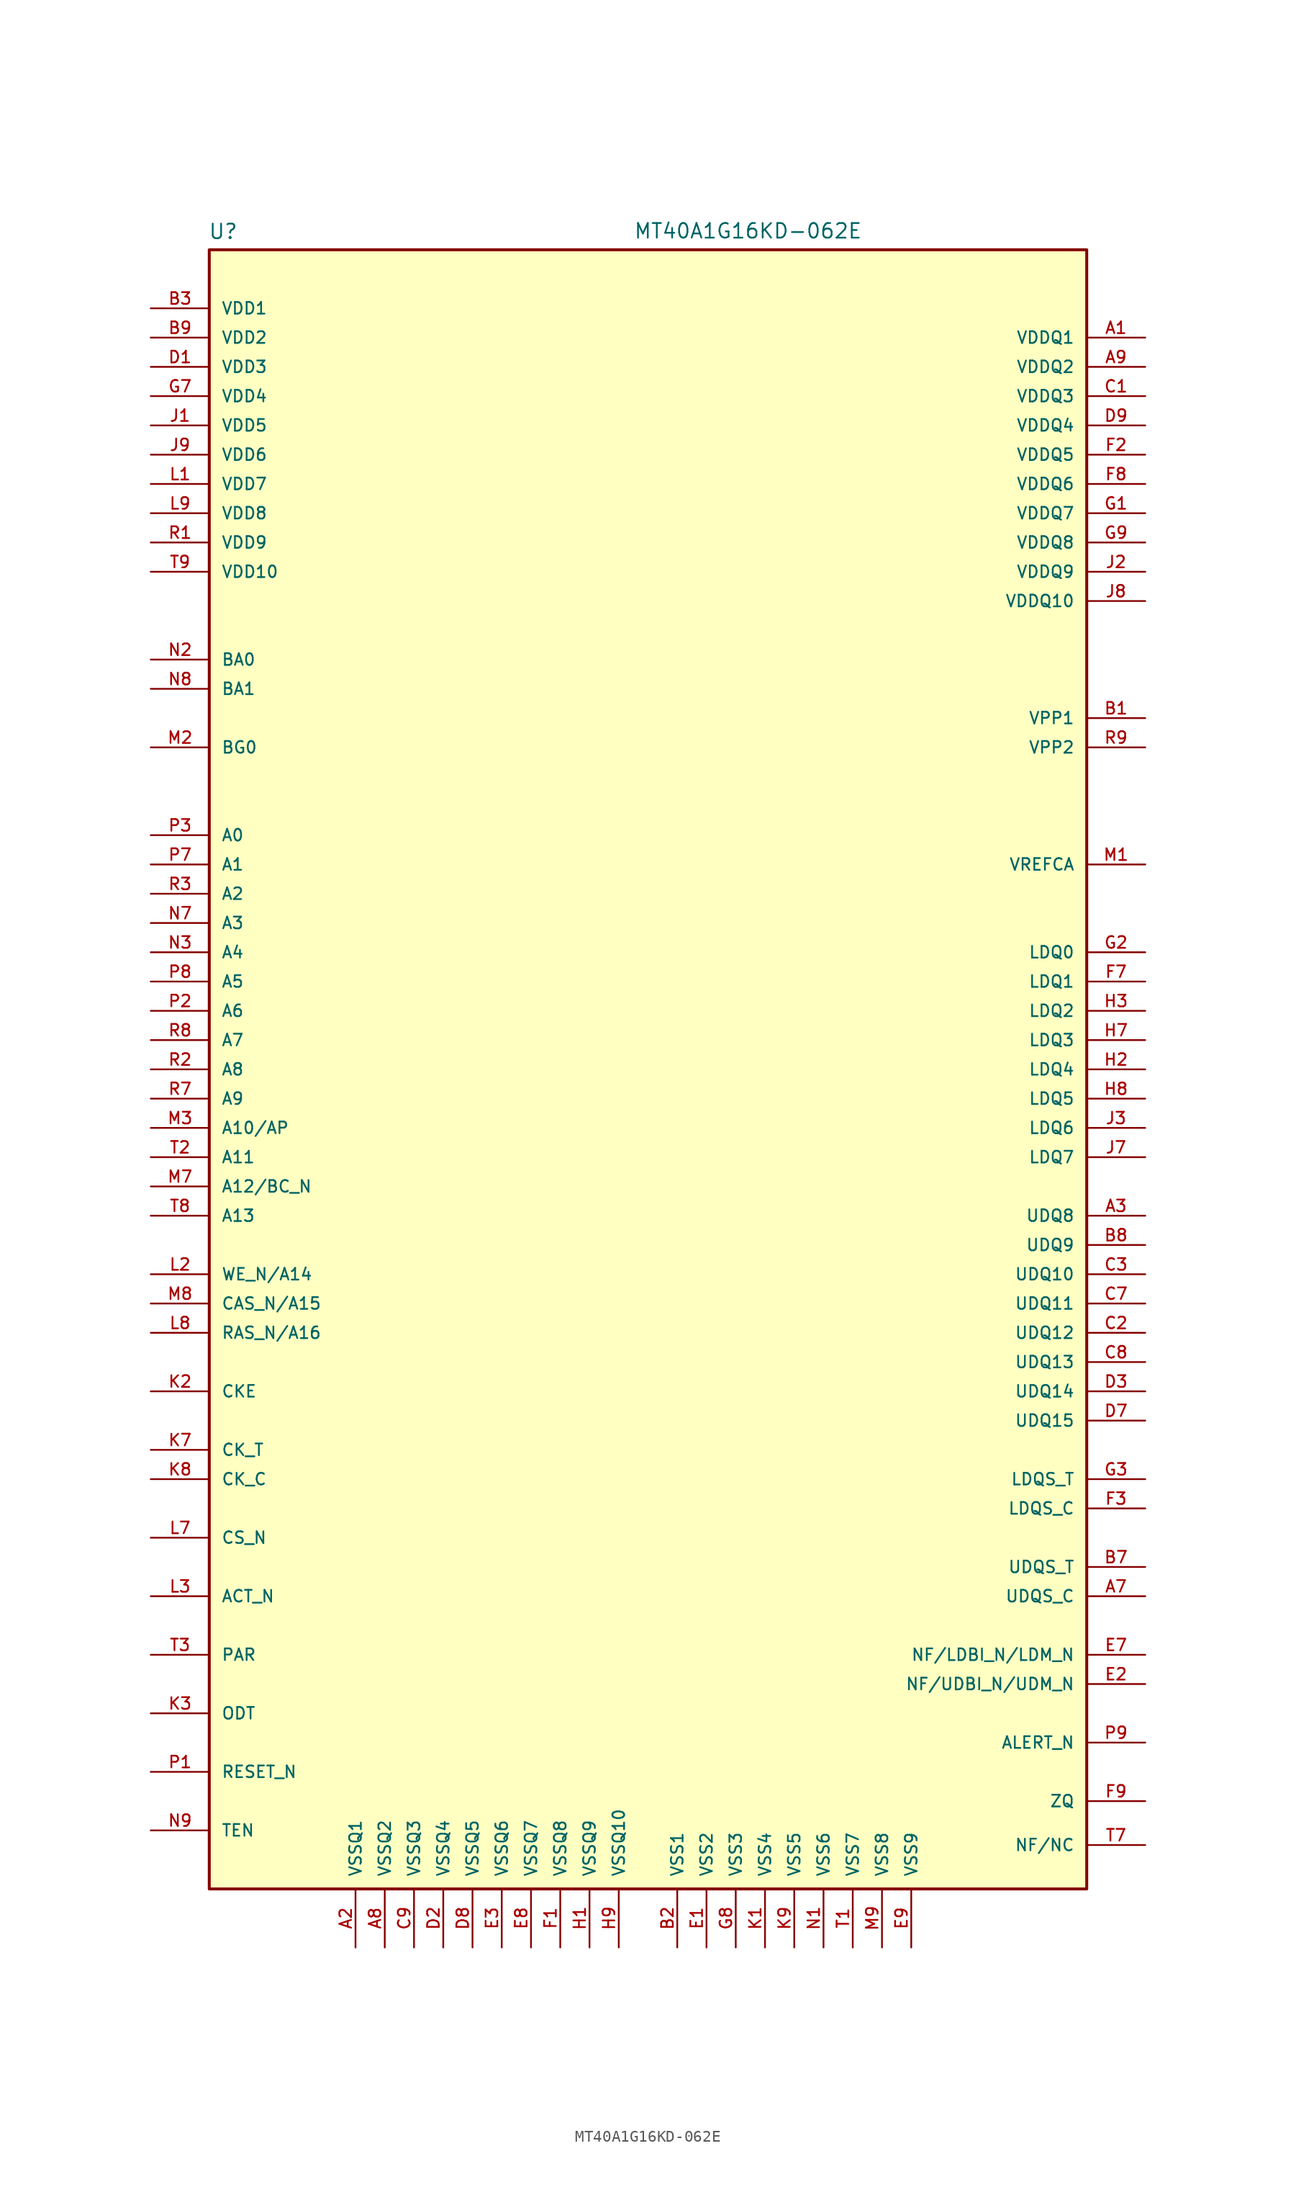
<source format=kicad_sym>
(kicad_symbol_lib
  (version 20211014)
  (generator kicad_symbol_editor)
  (symbol "MT40A1G16KD-062E"
    (pin_names
      (offset 1.016))
    (property "Reference" "U"
      (at -38.202 71.958 0)
      (effects (font (size 1.27 1.27)) (justify left bottom)))
    (property "Value" "MT40A1G16KD-062E"
      (at -1.27 72.009 0)
      (effects (font (size 1.27 1.27)) (justify left bottom)))
    (symbol "MT40A1G16KD-062E_0_0"
      (rectangle (start -38.1 -71.12) (end 38.1 71.12) (stroke (width 0.254) (type default) (color 0 0 0 0)) (fill (type background)))
      (pin power_in line (at 43.18 63.5 180) (length 5.08) (name "VDDQ1" (effects (font (size 1.016 1.016)))) (number "A1" (effects (font (size 1.016 1.016)))))
      (pin power_in line (at -25.4 -76.2 90) (length 5.08) (name "VSSQ1" (effects (font (size 1.016 1.016)))) (number "A2" (effects (font (size 1.016 1.016)))))
      (pin bidirectional line (at 43.18 -12.7 180) (length 5.08) (name "UDQ8" (effects (font (size 1.016 1.016)))) (number "A3" (effects (font (size 1.016 1.016)))))
      (pin input line (at 43.18 -45.72 180) (length 5.08) (name "UDQS_C" (effects (font (size 1.016 1.016)))) (number "A7" (effects (font (size 1.016 1.016)))))
      (pin power_in line (at -22.86 -76.2 90) (length 5.08) (name "VSSQ2" (effects (font (size 1.016 1.016)))) (number "A8" (effects (font (size 1.016 1.016)))))
      (pin power_in line (at 43.18 60.96 180) (length 5.08) (name "VDDQ2" (effects (font (size 1.016 1.016)))) (number "A9" (effects (font (size 1.016 1.016)))))
      (pin power_in line (at 43.18 30.48 180) (length 5.08) (name "VPP1" (effects (font (size 1.016 1.016)))) (number "B1" (effects (font (size 1.016 1.016)))))
      (pin power_in line (at 2.54 -76.2 90) (length 5.08) (name "VSS1" (effects (font (size 1.016 1.016)))) (number "B2" (effects (font (size 1.016 1.016)))))
      (pin power_in line (at -43.18 66.04 0) (length 5.08) (name "VDD1" (effects (font (size 1.016 1.016)))) (number "B3" (effects (font (size 1.016 1.016)))))
      (pin input line (at 43.18 -43.18 180) (length 5.08) (name "UDQS_T" (effects (font (size 1.016 1.016)))) (number "B7" (effects (font (size 1.016 1.016)))))
      (pin bidirectional line (at 43.18 -15.24 180) (length 5.08) (name "UDQ9" (effects (font (size 1.016 1.016)))) (number "B8" (effects (font (size 1.016 1.016)))))
      (pin power_in line (at -43.18 63.5 0) (length 5.08) (name "VDD2" (effects (font (size 1.016 1.016)))) (number "B9" (effects (font (size 1.016 1.016)))))
      (pin power_in line (at 43.18 58.42 180) (length 5.08) (name "VDDQ3" (effects (font (size 1.016 1.016)))) (number "C1" (effects (font (size 1.016 1.016)))))
      (pin bidirectional line (at 43.18 -22.86 180) (length 5.08) (name "UDQ12" (effects (font (size 1.016 1.016)))) (number "C2" (effects (font (size 1.016 1.016)))))
      (pin bidirectional line (at 43.18 -17.78 180) (length 5.08) (name "UDQ10" (effects (font (size 1.016 1.016)))) (number "C3" (effects (font (size 1.016 1.016)))))
      (pin bidirectional line (at 43.18 -20.32 180) (length 5.08) (name "UDQ11" (effects (font (size 1.016 1.016)))) (number "C7" (effects (font (size 1.016 1.016)))))
      (pin bidirectional line (at 43.18 -25.4 180) (length 5.08) (name "UDQ13" (effects (font (size 1.016 1.016)))) (number "C8" (effects (font (size 1.016 1.016)))))
      (pin power_in line (at -20.32 -76.2 90) (length 5.08) (name "VSSQ3" (effects (font (size 1.016 1.016)))) (number "C9" (effects (font (size 1.016 1.016)))))
      (pin power_in line (at -43.18 60.96 0) (length 5.08) (name "VDD3" (effects (font (size 1.016 1.016)))) (number "D1" (effects (font (size 1.016 1.016)))))
      (pin power_in line (at -17.78 -76.2 90) (length 5.08) (name "VSSQ4" (effects (font (size 1.016 1.016)))) (number "D2" (effects (font (size 1.016 1.016)))))
      (pin bidirectional line (at 43.18 -27.94 180) (length 5.08) (name "UDQ14" (effects (font (size 1.016 1.016)))) (number "D3" (effects (font (size 1.016 1.016)))))
      (pin bidirectional line (at 43.18 -30.48 180) (length 5.08) (name "UDQ15" (effects (font (size 1.016 1.016)))) (number "D7" (effects (font (size 1.016 1.016)))))
      (pin power_in line (at -15.24 -76.2 90) (length 5.08) (name "VSSQ5" (effects (font (size 1.016 1.016)))) (number "D8" (effects (font (size 1.016 1.016)))))
      (pin power_in line (at 43.18 55.88 180) (length 5.08) (name "VDDQ4" (effects (font (size 1.016 1.016)))) (number "D9" (effects (font (size 1.016 1.016)))))
      (pin power_in line (at 5.08 -76.2 90) (length 5.08) (name "VSS2" (effects (font (size 1.016 1.016)))) (number "E1" (effects (font (size 1.016 1.016)))))
      (pin input line (at 43.18 -53.34 180) (length 5.08) (name "NF/UDBI_N/UDM_N" (effects (font (size 1.016 1.016)))) (number "E2" (effects (font (size 1.016 1.016)))))
      (pin power_in line (at -12.7 -76.2 90) (length 5.08) (name "VSSQ6" (effects (font (size 1.016 1.016)))) (number "E3" (effects (font (size 1.016 1.016)))))
      (pin input line (at 43.18 -50.8 180) (length 5.08) (name "NF/LDBI_N/LDM_N" (effects (font (size 1.016 1.016)))) (number "E7" (effects (font (size 1.016 1.016)))))
      (pin power_in line (at -10.16 -76.2 90) (length 5.08) (name "VSSQ7" (effects (font (size 1.016 1.016)))) (number "E8" (effects (font (size 1.016 1.016)))))
      (pin power_in line (at 22.86 -76.2 90) (length 5.08) (name "VSS9" (effects (font (size 1.016 1.016)))) (number "E9" (effects (font (size 1.016 1.016)))))
      (pin power_in line (at -7.62 -76.2 90) (length 5.08) (name "VSSQ8" (effects (font (size 1.016 1.016)))) (number "F1" (effects (font (size 1.016 1.016)))))
      (pin power_in line (at 43.18 53.34 180) (length 5.08) (name "VDDQ5" (effects (font (size 1.016 1.016)))) (number "F2" (effects (font (size 1.016 1.016)))))
      (pin input line (at 43.18 -38.1 180) (length 5.08) (name "LDQS_C" (effects (font (size 1.016 1.016)))) (number "F3" (effects (font (size 1.016 1.016)))))
      (pin bidirectional line (at 43.18 7.62 180) (length 5.08) (name "LDQ1" (effects (font (size 1.016 1.016)))) (number "F7" (effects (font (size 1.016 1.016)))))
      (pin power_in line (at 43.18 50.8 180) (length 5.08) (name "VDDQ6" (effects (font (size 1.016 1.016)))) (number "F8" (effects (font (size 1.016 1.016)))))
      (pin passive line (at 43.18 -63.5 180) (length 5.08) (name "ZQ" (effects (font (size 1.016 1.016)))) (number "F9" (effects (font (size 1.016 1.016)))))
      (pin power_in line (at 43.18 48.26 180) (length 5.08) (name "VDDQ7" (effects (font (size 1.016 1.016)))) (number "G1" (effects (font (size 1.016 1.016)))))
      (pin bidirectional line (at 43.18 10.16 180) (length 5.08) (name "LDQ0" (effects (font (size 1.016 1.016)))) (number "G2" (effects (font (size 1.016 1.016)))))
      (pin input line (at 43.18 -35.56 180) (length 5.08) (name "LDQS_T" (effects (font (size 1.016 1.016)))) (number "G3" (effects (font (size 1.016 1.016)))))
      (pin power_in line (at -43.18 58.42 0) (length 5.08) (name "VDD4" (effects (font (size 1.016 1.016)))) (number "G7" (effects (font (size 1.016 1.016)))))
      (pin power_in line (at 7.62 -76.2 90) (length 5.08) (name "VSS3" (effects (font (size 1.016 1.016)))) (number "G8" (effects (font (size 1.016 1.016)))))
      (pin power_in line (at 43.18 45.72 180) (length 5.08) (name "VDDQ8" (effects (font (size 1.016 1.016)))) (number "G9" (effects (font (size 1.016 1.016)))))
      (pin power_in line (at -5.08 -76.2 90) (length 5.08) (name "VSSQ9" (effects (font (size 1.016 1.016)))) (number "H1" (effects (font (size 1.016 1.016)))))
      (pin bidirectional line (at 43.18 0 180) (length 5.08) (name "LDQ4" (effects (font (size 1.016 1.016)))) (number "H2" (effects (font (size 1.016 1.016)))))
      (pin bidirectional line (at 43.18 5.08 180) (length 5.08) (name "LDQ2" (effects (font (size 1.016 1.016)))) (number "H3" (effects (font (size 1.016 1.016)))))
      (pin bidirectional line (at 43.18 2.54 180) (length 5.08) (name "LDQ3" (effects (font (size 1.016 1.016)))) (number "H7" (effects (font (size 1.016 1.016)))))
      (pin bidirectional line (at 43.18 -2.54 180) (length 5.08) (name "LDQ5" (effects (font (size 1.016 1.016)))) (number "H8" (effects (font (size 1.016 1.016)))))
      (pin power_in line (at -2.54 -76.2 90) (length 5.08) (name "VSSQ10" (effects (font (size 1.016 1.016)))) (number "H9" (effects (font (size 1.016 1.016)))))
      (pin power_in line (at -43.18 55.88 0) (length 5.08) (name "VDD5" (effects (font (size 1.016 1.016)))) (number "J1" (effects (font (size 1.016 1.016)))))
      (pin power_in line (at 43.18 43.18 180) (length 5.08) (name "VDDQ9" (effects (font (size 1.016 1.016)))) (number "J2" (effects (font (size 1.016 1.016)))))
      (pin bidirectional line (at 43.18 -5.08 180) (length 5.08) (name "LDQ6" (effects (font (size 1.016 1.016)))) (number "J3" (effects (font (size 1.016 1.016)))))
      (pin bidirectional line (at 43.18 -7.62 180) (length 5.08) (name "LDQ7" (effects (font (size 1.016 1.016)))) (number "J7" (effects (font (size 1.016 1.016)))))
      (pin power_in line (at 43.18 40.64 180) (length 5.08) (name "VDDQ10" (effects (font (size 1.016 1.016)))) (number "J8" (effects (font (size 1.016 1.016)))))
      (pin power_in line (at -43.18 53.34 0) (length 5.08) (name "VDD6" (effects (font (size 1.016 1.016)))) (number "J9" (effects (font (size 1.016 1.016)))))
      (pin power_in line (at 10.16 -76.2 90) (length 5.08) (name "VSS4" (effects (font (size 1.016 1.016)))) (number "K1" (effects (font (size 1.016 1.016)))))
      (pin input line (at -43.18 -27.94 0) (length 5.08) (name "CKE" (effects (font (size 1.016 1.016)))) (number "K2" (effects (font (size 1.016 1.016)))))
      (pin input line (at -43.18 -55.88 0) (length 5.08) (name "ODT" (effects (font (size 1.016 1.016)))) (number "K3" (effects (font (size 1.016 1.016)))))
      (pin input line (at -43.18 -33.02 0) (length 5.08) (name "CK_T" (effects (font (size 1.016 1.016)))) (number "K7" (effects (font (size 1.016 1.016)))))
      (pin input line (at -43.18 -35.56 0) (length 5.08) (name "CK_C" (effects (font (size 1.016 1.016)))) (number "K8" (effects (font (size 1.016 1.016)))))
      (pin power_in line (at 12.7 -76.2 90) (length 5.08) (name "VSS5" (effects (font (size 1.016 1.016)))) (number "K9" (effects (font (size 1.016 1.016)))))
      (pin power_in line (at -43.18 50.8 0) (length 5.08) (name "VDD7" (effects (font (size 1.016 1.016)))) (number "L1" (effects (font (size 1.016 1.016)))))
      (pin input line (at -43.18 -17.78 0) (length 5.08) (name "WE_N/A14" (effects (font (size 1.016 1.016)))) (number "L2" (effects (font (size 1.016 1.016)))))
      (pin input line (at -43.18 -45.72 0) (length 5.08) (name "ACT_N" (effects (font (size 1.016 1.016)))) (number "L3" (effects (font (size 1.016 1.016)))))
      (pin input line (at -43.18 -40.64 0) (length 5.08) (name "CS_N" (effects (font (size 1.016 1.016)))) (number "L7" (effects (font (size 1.016 1.016)))))
      (pin input line (at -43.18 -22.86 0) (length 5.08) (name "RAS_N/A16" (effects (font (size 1.016 1.016)))) (number "L8" (effects (font (size 1.016 1.016)))))
      (pin power_in line (at -43.18 48.26 0) (length 5.08) (name "VDD8" (effects (font (size 1.016 1.016)))) (number "L9" (effects (font (size 1.016 1.016)))))
      (pin power_in line (at 43.18 17.78 180) (length 5.08) (name "VREFCA" (effects (font (size 1.016 1.016)))) (number "M1" (effects (font (size 1.016 1.016)))))
      (pin input line (at -43.18 27.94 0) (length 5.08) (name "BG0" (effects (font (size 1.016 1.016)))) (number "M2" (effects (font (size 1.016 1.016)))))
      (pin input line (at -43.18 -5.08 0) (length 5.08) (name "A10/AP" (effects (font (size 1.016 1.016)))) (number "M3" (effects (font (size 1.016 1.016)))))
      (pin input line (at -43.18 -10.16 0) (length 5.08) (name "A12/BC_N" (effects (font (size 1.016 1.016)))) (number "M7" (effects (font (size 1.016 1.016)))))
      (pin input line (at -43.18 -20.32 0) (length 5.08) (name "CAS_N/A15" (effects (font (size 1.016 1.016)))) (number "M8" (effects (font (size 1.016 1.016)))))
      (pin power_in line (at 20.32 -76.2 90) (length 5.08) (name "VSS8" (effects (font (size 1.016 1.016)))) (number "M9" (effects (font (size 1.016 1.016)))))
      (pin power_in line (at 15.24 -76.2 90) (length 5.08) (name "VSS6" (effects (font (size 1.016 1.016)))) (number "N1" (effects (font (size 1.016 1.016)))))
      (pin input line (at -43.18 35.56 0) (length 5.08) (name "BA0" (effects (font (size 1.016 1.016)))) (number "N2" (effects (font (size 1.016 1.016)))))
      (pin input line (at -43.18 10.16 0) (length 5.08) (name "A4" (effects (font (size 1.016 1.016)))) (number "N3" (effects (font (size 1.016 1.016)))))
      (pin input line (at -43.18 12.7 0) (length 5.08) (name "A3" (effects (font (size 1.016 1.016)))) (number "N7" (effects (font (size 1.016 1.016)))))
      (pin input line (at -43.18 33.02 0) (length 5.08) (name "BA1" (effects (font (size 1.016 1.016)))) (number "N8" (effects (font (size 1.016 1.016)))))
      (pin input line (at -43.18 -66.04 0) (length 5.08) (name "TEN" (effects (font (size 1.016 1.016)))) (number "N9" (effects (font (size 1.016 1.016)))))
      (pin input line (at -43.18 -60.96 0) (length 5.08) (name "RESET_N" (effects (font (size 1.016 1.016)))) (number "P1" (effects (font (size 1.016 1.016)))))
      (pin input line (at -43.18 5.08 0) (length 5.08) (name "A6" (effects (font (size 1.016 1.016)))) (number "P2" (effects (font (size 1.016 1.016)))))
      (pin input line (at -43.18 20.32 0) (length 5.08) (name "A0" (effects (font (size 1.016 1.016)))) (number "P3" (effects (font (size 1.016 1.016)))))
      (pin input line (at -43.18 17.78 0) (length 5.08) (name "A1" (effects (font (size 1.016 1.016)))) (number "P7" (effects (font (size 1.016 1.016)))))
      (pin input line (at -43.18 7.62 0) (length 5.08) (name "A5" (effects (font (size 1.016 1.016)))) (number "P8" (effects (font (size 1.016 1.016)))))
      (pin output line (at 43.18 -58.42 180) (length 5.08) (name "ALERT_N" (effects (font (size 1.016 1.016)))) (number "P9" (effects (font (size 1.016 1.016)))))
      (pin power_in line (at -43.18 45.72 0) (length 5.08) (name "VDD9" (effects (font (size 1.016 1.016)))) (number "R1" (effects (font (size 1.016 1.016)))))
      (pin input line (at -43.18 0 0) (length 5.08) (name "A8" (effects (font (size 1.016 1.016)))) (number "R2" (effects (font (size 1.016 1.016)))))
      (pin input line (at -43.18 15.24 0) (length 5.08) (name "A2" (effects (font (size 1.016 1.016)))) (number "R3" (effects (font (size 1.016 1.016)))))
      (pin input line (at -43.18 -2.54 0) (length 5.08) (name "A9" (effects (font (size 1.016 1.016)))) (number "R7" (effects (font (size 1.016 1.016)))))
      (pin input line (at -43.18 2.54 0) (length 5.08) (name "A7" (effects (font (size 1.016 1.016)))) (number "R8" (effects (font (size 1.016 1.016)))))
      (pin power_in line (at 43.18 27.94 180) (length 5.08) (name "VPP2" (effects (font (size 1.016 1.016)))) (number "R9" (effects (font (size 1.016 1.016)))))
      (pin power_in line (at 17.78 -76.2 90) (length 5.08) (name "VSS7" (effects (font (size 1.016 1.016)))) (number "T1" (effects (font (size 1.016 1.016)))))
      (pin input line (at -43.18 -7.62 0) (length 5.08) (name "A11" (effects (font (size 1.016 1.016)))) (number "T2" (effects (font (size 1.016 1.016)))))
      (pin input line (at -43.18 -50.8 0) (length 5.08) (name "PAR" (effects (font (size 1.016 1.016)))) (number "T3" (effects (font (size 1.016 1.016)))))
      (pin passive line (at 43.18 -67.31 180) (length 5.08) (name "NF/NC" (effects (font (size 1.016 1.016)))) (number "T7" (effects (font (size 1.016 1.016)))))
      (pin input line (at -43.18 -12.7 0) (length 5.08) (name "A13" (effects (font (size 1.016 1.016)))) (number "T8" (effects (font (size 1.016 1.016)))))
      (pin power_in line (at -43.18 43.18 0) (length 5.08) (name "VDD10" (effects (font (size 1.016 1.016)))) (number "T9" (effects (font (size 1.016 1.016))))))))
</source>
